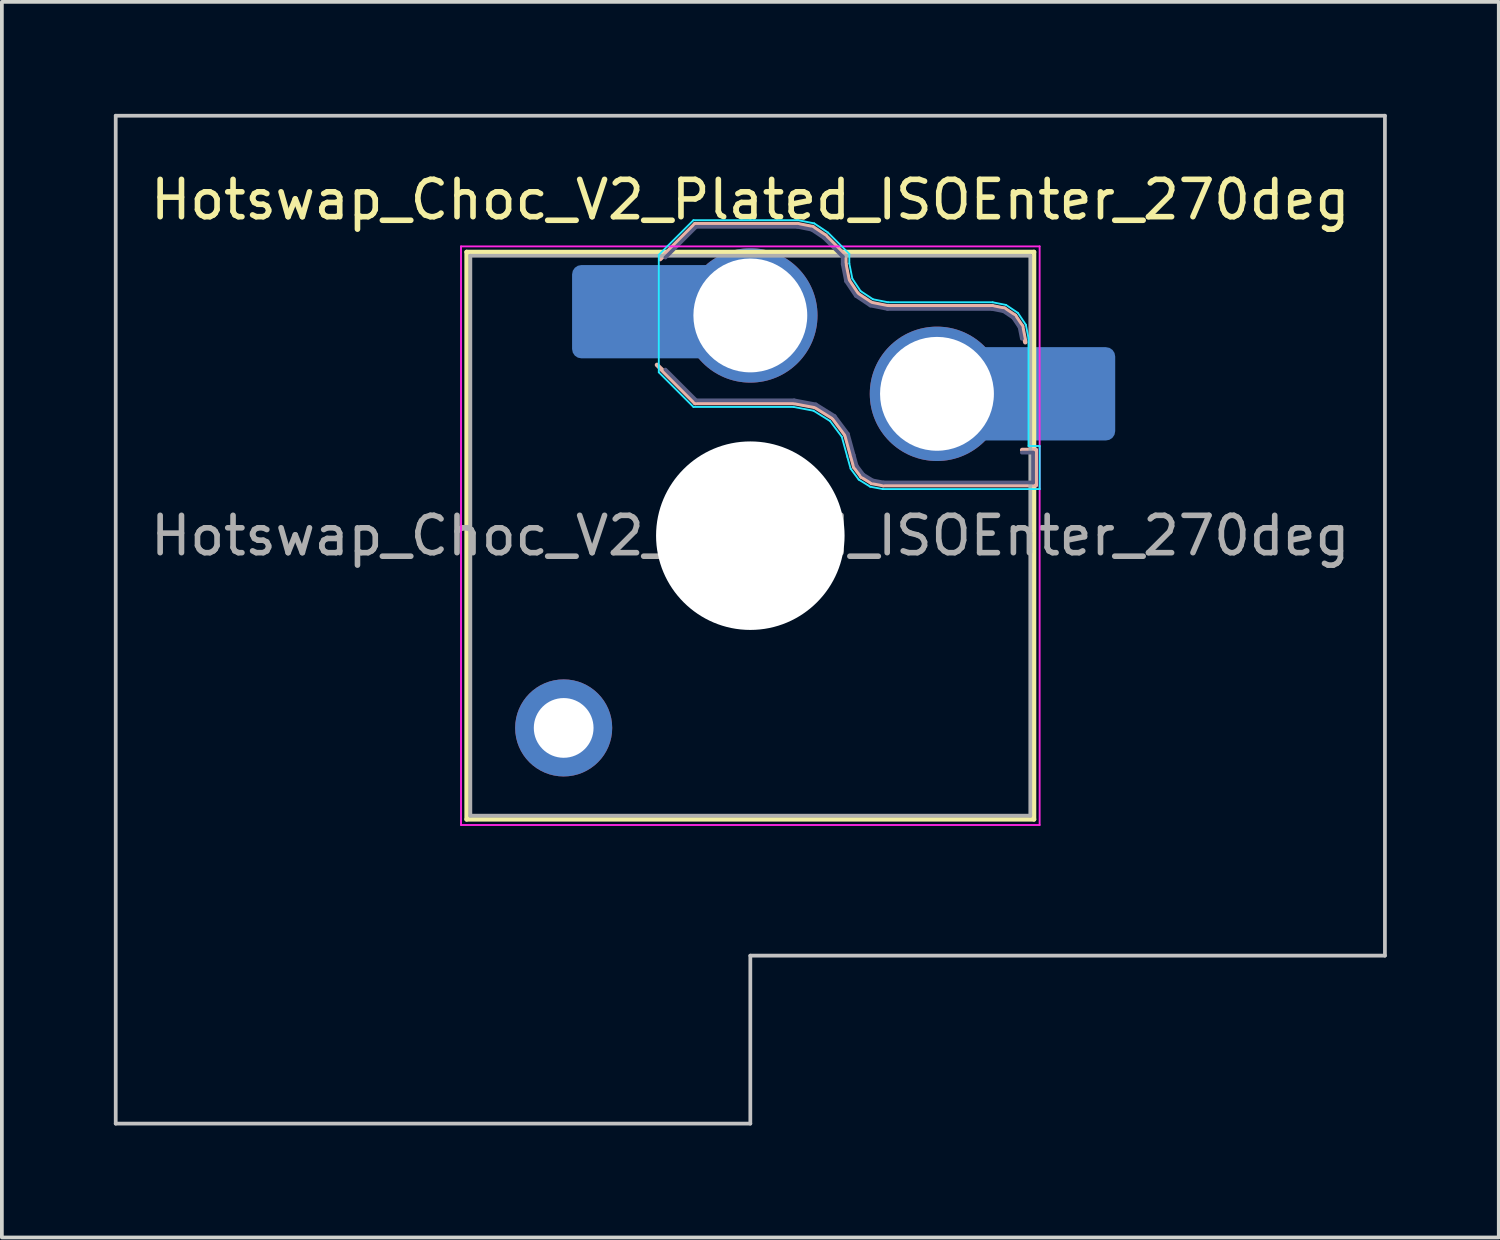
<source format=kicad_pcb>
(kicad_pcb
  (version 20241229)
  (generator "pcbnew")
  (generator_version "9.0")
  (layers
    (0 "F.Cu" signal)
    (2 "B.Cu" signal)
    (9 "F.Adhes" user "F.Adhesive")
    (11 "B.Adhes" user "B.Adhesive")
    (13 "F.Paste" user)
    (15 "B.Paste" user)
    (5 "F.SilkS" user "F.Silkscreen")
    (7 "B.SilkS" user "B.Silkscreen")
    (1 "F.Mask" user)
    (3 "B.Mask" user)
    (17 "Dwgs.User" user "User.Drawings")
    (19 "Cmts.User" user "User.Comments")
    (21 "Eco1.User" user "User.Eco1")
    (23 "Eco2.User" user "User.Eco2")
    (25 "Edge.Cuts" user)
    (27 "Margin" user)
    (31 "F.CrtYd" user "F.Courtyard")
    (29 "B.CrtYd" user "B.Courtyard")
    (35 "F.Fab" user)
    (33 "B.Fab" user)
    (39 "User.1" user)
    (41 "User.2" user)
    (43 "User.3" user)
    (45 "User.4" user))
  (footprint "Hotswap_Choc_V2_Plated_ISOEnter_270deg"
    (layer "F.Cu")
    (at 17.05 11.3)
    (property "Reference" "Hotswap_Choc_V2_Plated_ISOEnter_270deg" (at 0 -9 0) (layer "F.SilkS") (effects (font (size 1 1) (thickness 0.15))))
    (attr smd)
    (fp_line (start -7.6 -7.6) (end -7.6 7.6) (stroke (width 0.12) (type solid)) (layer "F.SilkS"))
    (fp_line (start -7.6 7.6) (end 7.6 7.6) (stroke (width 0.12) (type solid)) (layer "F.SilkS"))
    (fp_line (start 7.6 -7.6) (end -7.6 -7.6) (stroke (width 0.12) (type solid)) (layer "F.SilkS"))
    (fp_line (start 7.6 7.6) (end 7.6 -7.6) (stroke (width 0.12) (type solid)) (layer "F.SilkS"))
    (fp_line (start -2.416 -7.409) (end -1.479 -8.346) (stroke (width 0.12) (type solid)) (layer "B.SilkS"))
    (fp_line (start -1.479 -8.346) (end 1.268 -8.346) (stroke (width 0.12) (type solid)) (layer "B.SilkS"))
    (fp_line (start -1.479 -3.554) (end -2.5 -4.575) (stroke (width 0.12) (type solid)) (layer "B.SilkS"))
    (fp_line (start 1.168 -3.554) (end -1.479 -3.554) (stroke (width 0.12) (type solid)) (layer "B.SilkS"))
    (fp_line (start 1.268 -8.346) (end 1.671 -8.266) (stroke (width 0.12) (type solid)) (layer "B.SilkS"))
    (fp_line (start 1.671 -8.266) (end 2.013 -8.037) (stroke (width 0.12) (type solid)) (layer "B.SilkS"))
    (fp_line (start 1.73 -3.449) (end 1.168 -3.554) (stroke (width 0.12) (type solid)) (layer "B.SilkS"))
    (fp_line (start 2.013 -8.037) (end 2.546 -7.504) (stroke (width 0.12) (type solid)) (layer "B.SilkS"))
    (fp_line (start 2.209 -3.15) (end 1.73 -3.449) (stroke (width 0.12) (type solid)) (layer "B.SilkS"))
    (fp_line (start 2.546 -7.504) (end 2.546 -7.282) (stroke (width 0.12) (type solid)) (layer "B.SilkS"))
    (fp_line (start 2.546 -7.282) (end 2.633 -6.844) (stroke (width 0.12) (type solid)) (layer "B.SilkS"))
    (fp_line (start 2.547 -2.697) (end 2.209 -3.15) (stroke (width 0.12) (type solid)) (layer "B.SilkS"))
    (fp_line (start 2.633 -6.844) (end 2.877 -6.477) (stroke (width 0.12) (type solid)) (layer "B.SilkS"))
    (fp_line (start 2.701 -2.139) (end 2.547 -2.697) (stroke (width 0.12) (type solid)) (layer "B.SilkS"))
    (fp_line (start 2.783 -1.841) (end 2.701 -2.139) (stroke (width 0.12) (type solid)) (layer "B.SilkS"))
    (fp_line (start 2.877 -6.477) (end 3.244 -6.233) (stroke (width 0.12) (type solid)) (layer "B.SilkS"))
    (fp_line (start 2.976 -1.583) (end 2.783 -1.841) (stroke (width 0.12) (type solid)) (layer "B.SilkS"))
    (fp_line (start 3.244 -6.233) (end 3.682 -6.146) (stroke (width 0.12) (type solid)) (layer "B.SilkS"))
    (fp_line (start 3.25 -1.413) (end 2.976 -1.583) (stroke (width 0.12) (type solid)) (layer "B.SilkS"))
    (fp_line (start 3.56 -1.354) (end 3.25 -1.413) (stroke (width 0.12) (type solid)) (layer "B.SilkS"))
    (fp_line (start 3.682 -6.146) (end 6.482 -6.146) (stroke (width 0.12) (type solid)) (layer "B.SilkS"))
    (fp_line (start 6.482 -6.146) (end 6.809 -6.081) (stroke (width 0.12) (type solid)) (layer "B.SilkS"))
    (fp_line (start 6.809 -6.081) (end 7.092 -5.892) (stroke (width 0.12) (type solid)) (layer "B.SilkS"))
    (fp_line (start 7.092 -5.892) (end 7.281 -5.609) (stroke (width 0.12) (type solid)) (layer "B.SilkS"))
    (fp_line (start 7.281 -5.609) (end 7.366 -5.182) (stroke (width 0.12) (type solid)) (layer "B.SilkS"))
    (fp_line (start 7.283 -2.296) (end 7.646 -2.296) (stroke (width 0.12) (type solid)) (layer "B.SilkS"))
    (fp_line (start 7.646 -2.296) (end 7.646 -1.354) (stroke (width 0.12) (type solid)) (layer "B.SilkS"))
    (fp_line (start 7.646 -1.354) (end 3.56 -1.354) (stroke (width 0.12) (type solid)) (layer "B.SilkS"))
    (fp_line (start -17 -11.25) (end -17 15.75) (stroke (width 0.1) (type solid)) (layer "Dwgs.User"))
    (fp_line (start -17 15.75) (end 0 15.75) (stroke (width 0.1) (type solid)) (layer "Dwgs.User"))
    (fp_line (start 0 11.25) (end 17 11.25) (stroke (width 0.1) (type solid)) (layer "Dwgs.User"))
    (fp_line (start 0 15.75) (end 0 11.25) (stroke (width 0.1) (type solid)) (layer "Dwgs.User"))
    (fp_line (start 17 -11.25) (end -17 -11.25) (stroke (width 0.1) (type solid)) (layer "Dwgs.User"))
    (fp_line (start 17 11.25) (end 17 -11.25) (stroke (width 0.1) (type solid)) (layer "Dwgs.User"))
    (fp_line (start -7.25 -7.25) (end -7.25 7.25) (stroke (width 0.1) (type solid)) (layer "Eco1.User"))
    (fp_line (start -7.25 7.25) (end 7.25 7.25) (stroke (width 0.1) (type solid)) (layer "Eco1.User"))
    (fp_line (start 7.25 -7.25) (end -7.25 -7.25) (stroke (width 0.1) (type solid)) (layer "Eco1.User"))
    (fp_line (start 7.25 7.25) (end 7.25 -7.25) (stroke (width 0.1) (type solid)) (layer "Eco1.User"))
    (fp_line (start -2.452 -7.523) (end -1.523 -8.452) (stroke (width 0.05) (type solid)) (layer "B.CrtYd"))
    (fp_line (start -2.452 -4.377) (end -2.452 -7.523) (stroke (width 0.05) (type solid)) (layer "B.CrtYd"))
    (fp_line (start -1.523 -8.452) (end 1.278 -8.452) (stroke (width 0.05) (type solid)) (layer "B.CrtYd"))
    (fp_line (start -1.523 -3.448) (end -2.452 -4.377) (stroke (width 0.05) (type solid)) (layer "B.CrtYd"))
    (fp_line (start 1.159 -3.448) (end -1.523 -3.448) (stroke (width 0.05) (type solid)) (layer "B.CrtYd"))
    (fp_line (start 1.278 -8.452) (end 1.712 -8.366) (stroke (width 0.05) (type solid)) (layer "B.CrtYd"))
    (fp_line (start 1.691 -3.348) (end 1.159 -3.448) (stroke (width 0.05) (type solid)) (layer "B.CrtYd"))
    (fp_line (start 1.712 -8.366) (end 2.081 -8.119) (stroke (width 0.05) (type solid)) (layer "B.CrtYd"))
    (fp_line (start 2.081 -8.119) (end 2.652 -7.548) (stroke (width 0.05) (type solid)) (layer "B.CrtYd"))
    (fp_line (start 2.136 -3.071) (end 1.691 -3.348) (stroke (width 0.05) (type solid)) (layer "B.CrtYd"))
    (fp_line (start 2.45 -2.65) (end 2.136 -3.071) (stroke (width 0.05) (type solid)) (layer "B.CrtYd"))
    (fp_line (start 2.599 -2.111) (end 2.45 -2.65) (stroke (width 0.05) (type solid)) (layer "B.CrtYd"))
    (fp_line (start 2.652 -7.548) (end 2.652 -7.292) (stroke (width 0.05) (type solid)) (layer "B.CrtYd"))
    (fp_line (start 2.652 -7.292) (end 2.733 -6.885) (stroke (width 0.05) (type solid)) (layer "B.CrtYd"))
    (fp_line (start 2.687 -1.794) (end 2.599 -2.111) (stroke (width 0.05) (type solid)) (layer "B.CrtYd"))
    (fp_line (start 2.733 -6.885) (end 2.953 -6.553) (stroke (width 0.05) (type solid)) (layer "B.CrtYd"))
    (fp_line (start 2.903 -1.503) (end 2.687 -1.794) (stroke (width 0.05) (type solid)) (layer "B.CrtYd"))
    (fp_line (start 2.953 -6.553) (end 3.285 -6.333) (stroke (width 0.05) (type solid)) (layer "B.CrtYd"))
    (fp_line (start 3.211 -1.312) (end 2.903 -1.503) (stroke (width 0.05) (type solid)) (layer "B.CrtYd"))
    (fp_line (start 3.285 -6.333) (end 3.692 -6.252) (stroke (width 0.05) (type solid)) (layer "B.CrtYd"))
    (fp_line (start 3.55 -1.248) (end 3.211 -1.312) (stroke (width 0.05) (type solid)) (layer "B.CrtYd"))
    (fp_line (start 3.692 -6.252) (end 6.492 -6.252) (stroke (width 0.05) (type solid)) (layer "B.CrtYd"))
    (fp_line (start 6.492 -6.252) (end 6.85 -6.181) (stroke (width 0.05) (type solid)) (layer "B.CrtYd"))
    (fp_line (start 6.85 -6.181) (end 7.168 -5.968) (stroke (width 0.05) (type solid)) (layer "B.CrtYd"))
    (fp_line (start 7.168 -5.968) (end 7.381 -5.65) (stroke (width 0.05) (type solid)) (layer "B.CrtYd"))
    (fp_line (start 7.381 -5.65) (end 7.452 -5.292) (stroke (width 0.05) (type solid)) (layer "B.CrtYd"))
    (fp_line (start 7.452 -5.292) (end 7.452 -2.402) (stroke (width 0.05) (type solid)) (layer "B.CrtYd"))
    (fp_line (start 7.452 -2.402) (end 7.752 -2.402) (stroke (width 0.05) (type solid)) (layer "B.CrtYd"))
    (fp_line (start 7.752 -2.402) (end 7.752 -1.248) (stroke (width 0.05) (type solid)) (layer "B.CrtYd"))
    (fp_line (start 7.752 -1.248) (end 3.55 -1.248) (stroke (width 0.05) (type solid)) (layer "B.CrtYd"))
    (fp_line (start -7.75 -7.75) (end -7.75 7.75) (stroke (width 0.05) (type solid)) (layer "F.CrtYd"))
    (fp_line (start -7.75 7.75) (end 7.75 7.75) (stroke (width 0.05) (type solid)) (layer "F.CrtYd"))
    (fp_line (start 7.75 -7.75) (end -7.75 -7.75) (stroke (width 0.05) (type solid)) (layer "F.CrtYd"))
    (fp_line (start 7.75 7.75) (end 7.75 -7.75) (stroke (width 0.05) (type solid)) (layer "F.CrtYd"))
    (fp_line (start -2.275 -7.45) (end -1.45 -8.275) (stroke (width 0.1) (type solid)) (layer "B.Fab"))
    (fp_line (start -1.45 -8.275) (end 1.261 -8.275) (stroke (width 0.1) (type solid)) (layer "B.Fab"))
    (fp_line (start -1.45 -3.625) (end -2.275 -4.45) (stroke (width 0.1) (type solid)) (layer "B.Fab"))
    (fp_line (start 1.175 -3.625) (end -1.45 -3.625) (stroke (width 0.1) (type solid)) (layer "B.Fab"))
    (fp_line (start 1.261 -8.275) (end 1.643 -8.199) (stroke (width 0.1) (type solid)) (layer "B.Fab"))
    (fp_line (start 1.643 -8.199) (end 1.968 -7.982) (stroke (width 0.1) (type solid)) (layer "B.Fab"))
    (fp_line (start 1.756 -3.516) (end 1.175 -3.625) (stroke (width 0.1) (type solid)) (layer "B.Fab"))
    (fp_line (start 1.968 -7.982) (end 2.475 -7.475) (stroke (width 0.1) (type solid)) (layer "B.Fab"))
    (fp_line (start 2.258 -3.203) (end 1.756 -3.516) (stroke (width 0.1) (type solid)) (layer "B.Fab"))
    (fp_line (start 2.475 -7.475) (end 2.475 -7.275) (stroke (width 0.1) (type solid)) (layer "B.Fab"))
    (fp_line (start 2.475 -7.275) (end 2.566 -6.816) (stroke (width 0.1) (type solid)) (layer "B.Fab"))
    (fp_line (start 2.566 -6.816) (end 2.826 -6.426) (stroke (width 0.1) (type solid)) (layer "B.Fab"))
    (fp_line (start 2.612 -2.729) (end 2.258 -3.203) (stroke (width 0.1) (type solid)) (layer "B.Fab"))
    (fp_line (start 2.769 -2.158) (end 2.612 -2.729) (stroke (width 0.1) (type solid)) (layer "B.Fab"))
    (fp_line (start 2.826 -6.426) (end 3.216 -6.166) (stroke (width 0.1) (type solid)) (layer "B.Fab"))
    (fp_line (start 2.848 -1.873) (end 2.769 -2.158) (stroke (width 0.1) (type solid)) (layer "B.Fab"))
    (fp_line (start 3.025 -1.636) (end 2.848 -1.873) (stroke (width 0.1) (type solid)) (layer "B.Fab"))
    (fp_line (start 3.216 -6.166) (end 3.675 -6.075) (stroke (width 0.1) (type solid)) (layer "B.Fab"))
    (fp_line (start 3.276 -1.48) (end 3.025 -1.636) (stroke (width 0.1) (type solid)) (layer "B.Fab"))
    (fp_line (start 3.567 -1.425) (end 3.276 -1.48) (stroke (width 0.1) (type solid)) (layer "B.Fab"))
    (fp_line (start 3.675 -6.075) (end 6.475 -6.075) (stroke (width 0.1) (type solid)) (layer "B.Fab"))
    (fp_line (start 6.475 -6.075) (end 6.781 -6.014) (stroke (width 0.1) (type solid)) (layer "B.Fab"))
    (fp_line (start 6.781 -6.014) (end 7.041 -5.841) (stroke (width 0.1) (type solid)) (layer "B.Fab"))
    (fp_line (start 7.041 -5.841) (end 7.214 -5.581) (stroke (width 0.1) (type solid)) (layer "B.Fab"))
    (fp_line (start 7.214 -5.581) (end 7.275 -5.275) (stroke (width 0.1) (type solid)) (layer "B.Fab"))
    (fp_line (start 7.275 -2.225) (end 7.575 -2.225) (stroke (width 0.1) (type solid)) (layer "B.Fab"))
    (fp_line (start 7.575 -2.225) (end 7.575 -1.425) (stroke (width 0.1) (type solid)) (layer "B.Fab"))
    (fp_line (start 7.575 -1.425) (end 3.567 -1.425) (stroke (width 0.1) (type solid)) (layer "B.Fab"))
    (fp_line (start -7.5 -7.5) (end -7.5 7.5) (stroke (width 0.1) (type solid)) (layer "F.Fab"))
    (fp_line (start -7.5 7.5) (end 7.5 7.5) (stroke (width 0.1) (type solid)) (layer "F.Fab"))
    (fp_line (start 7.5 -7.5) (end -7.5 -7.5) (stroke (width 0.1) (type solid)) (layer "F.Fab"))
    (fp_line (start 7.5 7.5) (end 7.5 -7.5) (stroke (width 0.1) (type solid)) (layer "F.Fab"))
    (fp_text user "${REFERENCE}" (at 0 0 0) (layer "F.Fab") (effects (font (size 1 1) (thickness 0.15))))
    (pad "" thru_hole circle (at -5 5.15) (size 2.6 2.6) (drill 1.6) (layers "*.Cu" "*.Mask"))
    (pad "" smd roundrect (at -3.5 -6) (size 2.55 2.5) (layers "B.Mask" "B.Paste") (roundrect_rratio 0.1))
    (pad "" np_thru_hole circle (at 0 0) (size 5.05 5.05) (drill 5.05) (layers "*.Cu" "*.Mask"))
    (pad "" smd roundrect (at 8.5 -3.8) (size 2.55 2.5) (layers "B.Mask" "B.Paste") (roundrect_rratio 0.1))
    (pad "1" smd roundrect (at -2.85 -6) (size 3.85 2.5) (layers "B.Cu") (roundrect_rratio 0.1))
    (pad "1" thru_hole circle (at 0 -5.9) (size 3.6 3.6) (drill 3.05) (layers "*.Cu" "*.Mask"))
    (pad "2" thru_hole circle (at 5 -3.8) (size 3.6 3.6) (drill 3.05) (layers "*.Cu" "*.Mask"))
    (pad "2" smd roundrect (at 7.85 -3.8) (size 3.85 2.5) (layers "B.Cu") (roundrect_rratio 0.1)))
  (gr_rect
    (start -3 -3)
    (end 37.1 30.1)
    (stroke (width 0.1) (type default))
    (fill no)
    (layer "Edge.Cuts")))
</source>
